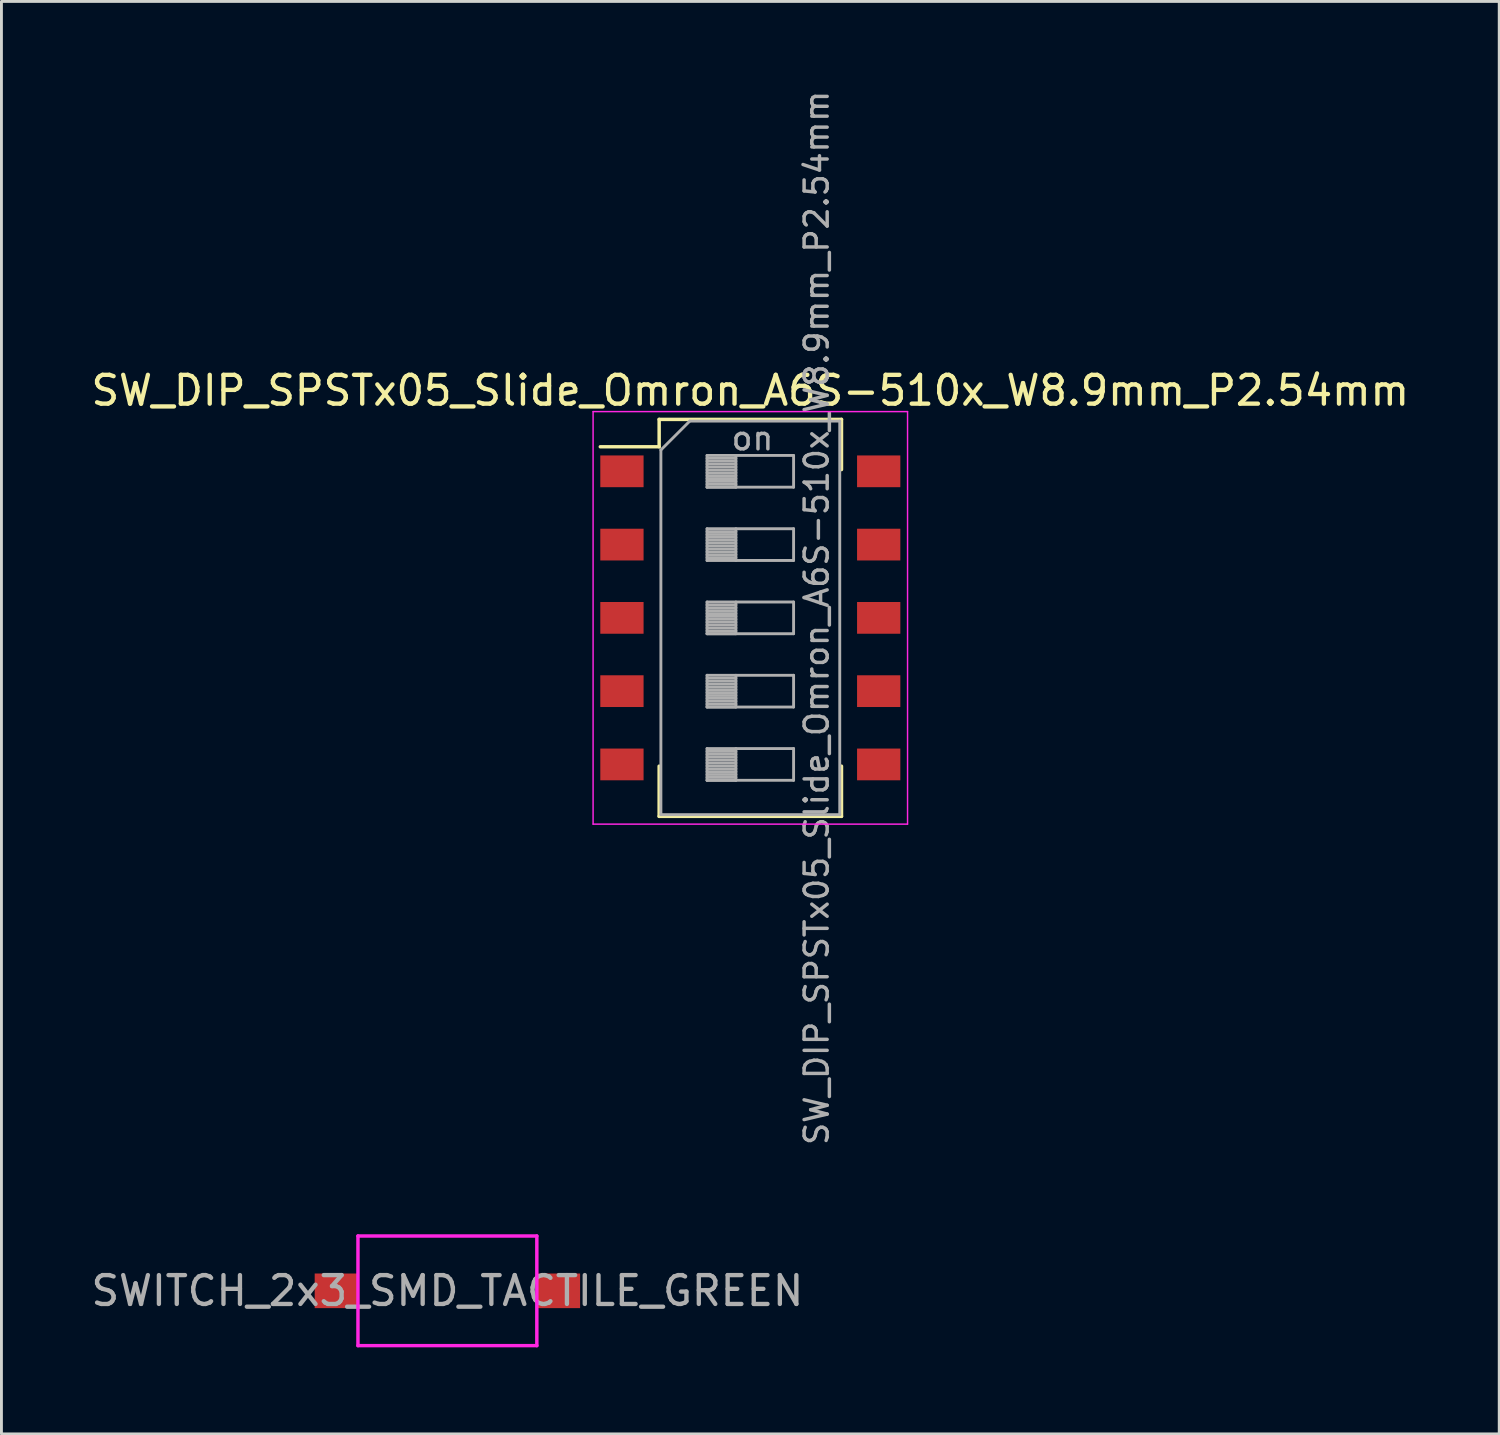
<source format=kicad_pcb>
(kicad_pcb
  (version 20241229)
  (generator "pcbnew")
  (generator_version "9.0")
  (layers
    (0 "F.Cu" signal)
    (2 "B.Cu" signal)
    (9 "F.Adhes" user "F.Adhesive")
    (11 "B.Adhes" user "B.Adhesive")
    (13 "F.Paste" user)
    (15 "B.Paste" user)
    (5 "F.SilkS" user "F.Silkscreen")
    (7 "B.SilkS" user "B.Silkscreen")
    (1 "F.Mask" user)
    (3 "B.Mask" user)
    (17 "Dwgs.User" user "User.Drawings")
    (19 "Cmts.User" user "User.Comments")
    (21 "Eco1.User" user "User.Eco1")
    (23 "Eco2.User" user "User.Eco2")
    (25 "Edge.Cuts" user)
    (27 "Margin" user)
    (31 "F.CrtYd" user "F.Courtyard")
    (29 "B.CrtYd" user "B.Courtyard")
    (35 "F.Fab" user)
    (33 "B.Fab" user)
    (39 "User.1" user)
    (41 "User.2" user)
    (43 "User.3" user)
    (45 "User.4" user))
  (footprint "SWITCH_2x3_SMD_TACTILE_GREEN"
    (layer "F.Cu")
    (at 12.458 41.693)
    (property "Reference" "SWITCH_2x3_SMD_TACTILE_GREEN" (at 0 0 0) (layer "F.Fab") (effects (font (size 1 1) (thickness 0.15))))
    (attr through_hole)
    (fp_line (start -3.1 -1.9) (end 3.1 -1.9) (stroke (width 0.12) (type solid)) (layer "F.CrtYd"))
    (fp_line (start -3.1 1.9) (end -3.1 -1.9) (stroke (width 0.12) (type solid)) (layer "F.CrtYd"))
    (fp_line (start 3.1 -1.9) (end 3.1 1.9) (stroke (width 0.12) (type solid)) (layer "F.CrtYd"))
    (fp_line (start 3.1 1.9) (end -3.1 1.9) (stroke (width 0.12) (type solid)) (layer "F.CrtYd"))
    (pad "1" smd rect (at -3.85 0) (size 1.5 1.2) (layers "F.Cu" "F.Mask" "F.Paste"))
    (pad "2" smd rect (at 3.85 0) (size 1.5 1.2) (layers "F.Cu" "F.Mask" "F.Paste")))
  (footprint "SW_DIP_SPSTx05_Slide_Omron_A6S-510x_W8.9mm_P2.54mm"
    (layer "F.Cu")
    (at 22.958 18.367)
    (property "Reference" "SW_DIP_SPSTx05_Slide_Omron_A6S-510x_W8.9mm_P2.54mm" (at 0 -7.88 0) (layer "F.SilkS") (effects (font (size 1 1) (thickness 0.15))))
    (attr smd)
    (fp_line (start -5.2 -5.931) (end -3.16 -5.931) (stroke (width 0.12) (type solid)) (layer "F.SilkS"))
    (fp_line (start -3.16 -6.88) (end -3.16 -5.931) (stroke (width 0.12) (type solid)) (layer "F.SilkS"))
    (fp_line (start -3.16 -6.88) (end 3.16 -6.88) (stroke (width 0.12) (type solid)) (layer "F.SilkS"))
    (fp_line (start -3.16 5.14) (end -3.16 6.88) (stroke (width 0.12) (type solid)) (layer "F.SilkS"))
    (fp_line (start -3.16 6.88) (end 3.16 6.88) (stroke (width 0.12) (type solid)) (layer "F.SilkS"))
    (fp_line (start 3.16 -6.88) (end 3.16 -5.141) (stroke (width 0.12) (type solid)) (layer "F.SilkS"))
    (fp_line (start 3.16 5.14) (end 3.16 6.88) (stroke (width 0.12) (type solid)) (layer "F.SilkS"))
    (fp_line (start -5.45 -7.15) (end -5.45 7.15) (stroke (width 0.05) (type solid)) (layer "F.CrtYd"))
    (fp_line (start -5.45 7.15) (end 5.45 7.15) (stroke (width 0.05) (type solid)) (layer "F.CrtYd"))
    (fp_line (start 5.45 -7.15) (end -5.45 -7.15) (stroke (width 0.05) (type solid)) (layer "F.CrtYd"))
    (fp_line (start 5.45 7.15) (end 5.45 -7.15) (stroke (width 0.05) (type solid)) (layer "F.CrtYd"))
    (fp_line (start -3.1 -5.82) (end -2.1 -6.82) (stroke (width 0.1) (type solid)) (layer "F.Fab"))
    (fp_line (start -3.1 6.82) (end -3.1 -5.82) (stroke (width 0.1) (type solid)) (layer "F.Fab"))
    (fp_line (start -2.1 -6.82) (end 3.1 -6.82) (stroke (width 0.1) (type solid)) (layer "F.Fab"))
    (fp_line (start -1.5 -5.63) (end -1.5 -4.53) (stroke (width 0.1) (type solid)) (layer "F.Fab"))
    (fp_line (start -1.5 -5.53) (end -0.5 -5.53) (stroke (width 0.1) (type solid)) (layer "F.Fab"))
    (fp_line (start -1.5 -5.43) (end -0.5 -5.43) (stroke (width 0.1) (type solid)) (layer "F.Fab"))
    (fp_line (start -1.5 -5.33) (end -0.5 -5.33) (stroke (width 0.1) (type solid)) (layer "F.Fab"))
    (fp_line (start -1.5 -5.23) (end -0.5 -5.23) (stroke (width 0.1) (type solid)) (layer "F.Fab"))
    (fp_line (start -1.5 -5.13) (end -0.5 -5.13) (stroke (width 0.1) (type solid)) (layer "F.Fab"))
    (fp_line (start -1.5 -5.03) (end -0.5 -5.03) (stroke (width 0.1) (type solid)) (layer "F.Fab"))
    (fp_line (start -1.5 -4.93) (end -0.5 -4.93) (stroke (width 0.1) (type solid)) (layer "F.Fab"))
    (fp_line (start -1.5 -4.83) (end -0.5 -4.83) (stroke (width 0.1) (type solid)) (layer "F.Fab"))
    (fp_line (start -1.5 -4.73) (end -0.5 -4.73) (stroke (width 0.1) (type solid)) (layer "F.Fab"))
    (fp_line (start -1.5 -4.63) (end -0.5 -4.63) (stroke (width 0.1) (type solid)) (layer "F.Fab"))
    (fp_line (start -1.5 -4.53) (end -0.5 -4.53) (stroke (width 0.1) (type solid)) (layer "F.Fab"))
    (fp_line (start -1.5 -4.53) (end 1.5 -4.53) (stroke (width 0.1) (type solid)) (layer "F.Fab"))
    (fp_line (start -1.5 -3.09) (end -1.5 -1.99) (stroke (width 0.1) (type solid)) (layer "F.Fab"))
    (fp_line (start -1.5 -2.99) (end -0.5 -2.99) (stroke (width 0.1) (type solid)) (layer "F.Fab"))
    (fp_line (start -1.5 -2.89) (end -0.5 -2.89) (stroke (width 0.1) (type solid)) (layer "F.Fab"))
    (fp_line (start -1.5 -2.79) (end -0.5 -2.79) (stroke (width 0.1) (type solid)) (layer "F.Fab"))
    (fp_line (start -1.5 -2.69) (end -0.5 -2.69) (stroke (width 0.1) (type solid)) (layer "F.Fab"))
    (fp_line (start -1.5 -2.59) (end -0.5 -2.59) (stroke (width 0.1) (type solid)) (layer "F.Fab"))
    (fp_line (start -1.5 -2.49) (end -0.5 -2.49) (stroke (width 0.1) (type solid)) (layer "F.Fab"))
    (fp_line (start -1.5 -2.39) (end -0.5 -2.39) (stroke (width 0.1) (type solid)) (layer "F.Fab"))
    (fp_line (start -1.5 -2.29) (end -0.5 -2.29) (stroke (width 0.1) (type solid)) (layer "F.Fab"))
    (fp_line (start -1.5 -2.19) (end -0.5 -2.19) (stroke (width 0.1) (type solid)) (layer "F.Fab"))
    (fp_line (start -1.5 -2.09) (end -0.5 -2.09) (stroke (width 0.1) (type solid)) (layer "F.Fab"))
    (fp_line (start -1.5 -1.99) (end 1.5 -1.99) (stroke (width 0.1) (type solid)) (layer "F.Fab"))
    (fp_line (start -1.5 -0.55) (end -1.5 0.55) (stroke (width 0.1) (type solid)) (layer "F.Fab"))
    (fp_line (start -1.5 -0.45) (end -0.5 -0.45) (stroke (width 0.1) (type solid)) (layer "F.Fab"))
    (fp_line (start -1.5 -0.35) (end -0.5 -0.35) (stroke (width 0.1) (type solid)) (layer "F.Fab"))
    (fp_line (start -1.5 -0.25) (end -0.5 -0.25) (stroke (width 0.1) (type solid)) (layer "F.Fab"))
    (fp_line (start -1.5 -0.15) (end -0.5 -0.15) (stroke (width 0.1) (type solid)) (layer "F.Fab"))
    (fp_line (start -1.5 -0.05) (end -0.5 -0.05) (stroke (width 0.1) (type solid)) (layer "F.Fab"))
    (fp_line (start -1.5 0.05) (end -0.5 0.05) (stroke (width 0.1) (type solid)) (layer "F.Fab"))
    (fp_line (start -1.5 0.15) (end -0.5 0.15) (stroke (width 0.1) (type solid)) (layer "F.Fab"))
    (fp_line (start -1.5 0.25) (end -0.5 0.25) (stroke (width 0.1) (type solid)) (layer "F.Fab"))
    (fp_line (start -1.5 0.35) (end -0.5 0.35) (stroke (width 0.1) (type solid)) (layer "F.Fab"))
    (fp_line (start -1.5 0.45) (end -0.5 0.45) (stroke (width 0.1) (type solid)) (layer "F.Fab"))
    (fp_line (start -1.5 0.55) (end -0.5 0.55) (stroke (width 0.1) (type solid)) (layer "F.Fab"))
    (fp_line (start -1.5 0.55) (end 1.5 0.55) (stroke (width 0.1) (type solid)) (layer "F.Fab"))
    (fp_line (start -1.5 1.99) (end -1.5 3.09) (stroke (width 0.1) (type solid)) (layer "F.Fab"))
    (fp_line (start -1.5 2.09) (end -0.5 2.09) (stroke (width 0.1) (type solid)) (layer "F.Fab"))
    (fp_line (start -1.5 2.19) (end -0.5 2.19) (stroke (width 0.1) (type solid)) (layer "F.Fab"))
    (fp_line (start -1.5 2.29) (end -0.5 2.29) (stroke (width 0.1) (type solid)) (layer "F.Fab"))
    (fp_line (start -1.5 2.39) (end -0.5 2.39) (stroke (width 0.1) (type solid)) (layer "F.Fab"))
    (fp_line (start -1.5 2.49) (end -0.5 2.49) (stroke (width 0.1) (type solid)) (layer "F.Fab"))
    (fp_line (start -1.5 2.59) (end -0.5 2.59) (stroke (width 0.1) (type solid)) (layer "F.Fab"))
    (fp_line (start -1.5 2.69) (end -0.5 2.69) (stroke (width 0.1) (type solid)) (layer "F.Fab"))
    (fp_line (start -1.5 2.79) (end -0.5 2.79) (stroke (width 0.1) (type solid)) (layer "F.Fab"))
    (fp_line (start -1.5 2.89) (end -0.5 2.89) (stroke (width 0.1) (type solid)) (layer "F.Fab"))
    (fp_line (start -1.5 2.99) (end -0.5 2.99) (stroke (width 0.1) (type solid)) (layer "F.Fab"))
    (fp_line (start -1.5 3.09) (end -0.5 3.09) (stroke (width 0.1) (type solid)) (layer "F.Fab"))
    (fp_line (start -1.5 3.09) (end 1.5 3.09) (stroke (width 0.1) (type solid)) (layer "F.Fab"))
    (fp_line (start -1.5 4.53) (end -1.5 5.63) (stroke (width 0.1) (type solid)) (layer "F.Fab"))
    (fp_line (start -1.5 4.63) (end -0.5 4.63) (stroke (width 0.1) (type solid)) (layer "F.Fab"))
    (fp_line (start -1.5 4.73) (end -0.5 4.73) (stroke (width 0.1) (type solid)) (layer "F.Fab"))
    (fp_line (start -1.5 4.83) (end -0.5 4.83) (stroke (width 0.1) (type solid)) (layer "F.Fab"))
    (fp_line (start -1.5 4.93) (end -0.5 4.93) (stroke (width 0.1) (type solid)) (layer "F.Fab"))
    (fp_line (start -1.5 5.03) (end -0.5 5.03) (stroke (width 0.1) (type solid)) (layer "F.Fab"))
    (fp_line (start -1.5 5.13) (end -0.5 5.13) (stroke (width 0.1) (type solid)) (layer "F.Fab"))
    (fp_line (start -1.5 5.23) (end -0.5 5.23) (stroke (width 0.1) (type solid)) (layer "F.Fab"))
    (fp_line (start -1.5 5.33) (end -0.5 5.33) (stroke (width 0.1) (type solid)) (layer "F.Fab"))
    (fp_line (start -1.5 5.43) (end -0.5 5.43) (stroke (width 0.1) (type solid)) (layer "F.Fab"))
    (fp_line (start -1.5 5.53) (end -0.5 5.53) (stroke (width 0.1) (type solid)) (layer "F.Fab"))
    (fp_line (start -1.5 5.63) (end -0.5 5.63) (stroke (width 0.1) (type solid)) (layer "F.Fab"))
    (fp_line (start -1.5 5.63) (end 1.5 5.63) (stroke (width 0.1) (type solid)) (layer "F.Fab"))
    (fp_line (start -0.5 -5.63) (end -0.5 -4.53) (stroke (width 0.1) (type solid)) (layer "F.Fab"))
    (fp_line (start -0.5 -3.09) (end -0.5 -1.99) (stroke (width 0.1) (type solid)) (layer "F.Fab"))
    (fp_line (start -0.5 -0.55) (end -0.5 0.55) (stroke (width 0.1) (type solid)) (layer "F.Fab"))
    (fp_line (start -0.5 1.99) (end -0.5 3.09) (stroke (width 0.1) (type solid)) (layer "F.Fab"))
    (fp_line (start -0.5 4.53) (end -0.5 5.63) (stroke (width 0.1) (type solid)) (layer "F.Fab"))
    (fp_line (start 1.5 -5.63) (end -1.5 -5.63) (stroke (width 0.1) (type solid)) (layer "F.Fab"))
    (fp_line (start 1.5 -4.53) (end 1.5 -5.63) (stroke (width 0.1) (type solid)) (layer "F.Fab"))
    (fp_line (start 1.5 -3.09) (end -1.5 -3.09) (stroke (width 0.1) (type solid)) (layer "F.Fab"))
    (fp_line (start 1.5 -1.99) (end 1.5 -3.09) (stroke (width 0.1) (type solid)) (layer "F.Fab"))
    (fp_line (start 1.5 -0.55) (end -1.5 -0.55) (stroke (width 0.1) (type solid)) (layer "F.Fab"))
    (fp_line (start 1.5 0.55) (end 1.5 -0.55) (stroke (width 0.1) (type solid)) (layer "F.Fab"))
    (fp_line (start 1.5 1.99) (end -1.5 1.99) (stroke (width 0.1) (type solid)) (layer "F.Fab"))
    (fp_line (start 1.5 3.09) (end 1.5 1.99) (stroke (width 0.1) (type solid)) (layer "F.Fab"))
    (fp_line (start 1.5 4.53) (end -1.5 4.53) (stroke (width 0.1) (type solid)) (layer "F.Fab"))
    (fp_line (start 1.5 5.63) (end 1.5 4.53) (stroke (width 0.1) (type solid)) (layer "F.Fab"))
    (fp_line (start 3.1 -6.82) (end 3.1 6.82) (stroke (width 0.1) (type solid)) (layer "F.Fab"))
    (fp_line (start 3.1 6.82) (end -3.1 6.82) (stroke (width 0.1) (type solid)) (layer "F.Fab"))
    (fp_text user "on" (at 0.075 -6.225 0) (layer "F.Fab") (effects (font (size 0.8 0.8) (thickness 0.12))))
    (fp_text user "${REFERENCE}" (at 2.3 0 90) (layer "F.Fab") (effects (font (size 0.8 0.8) (thickness 0.12))))
    (pad "1" smd rect (at -4.45 -5.08) (size 1.5 1.1) (layers "F.Cu" "F.Mask" "F.Paste"))
    (pad "2" smd rect (at -4.45 -2.54) (size 1.5 1.1) (layers "F.Cu" "F.Mask" "F.Paste"))
    (pad "3" smd rect (at -4.45 0) (size 1.5 1.1) (layers "F.Cu" "F.Mask" "F.Paste"))
    (pad "4" smd rect (at -4.45 2.54) (size 1.5 1.1) (layers "F.Cu" "F.Mask" "F.Paste"))
    (pad "5" smd rect (at -4.45 5.08) (size 1.5 1.1) (layers "F.Cu" "F.Mask" "F.Paste"))
    (pad "6" smd rect (at 4.45 5.08) (size 1.5 1.1) (layers "F.Cu" "F.Mask" "F.Paste"))
    (pad "7" smd rect (at 4.45 2.54) (size 1.5 1.1) (layers "F.Cu" "F.Mask" "F.Paste"))
    (pad "8" smd rect (at 4.45 0) (size 1.5 1.1) (layers "F.Cu" "F.Mask" "F.Paste"))
    (pad "9" smd rect (at 4.45 -2.54) (size 1.5 1.1) (layers "F.Cu" "F.Mask" "F.Paste"))
    (pad "10" smd rect (at 4.45 -5.08) (size 1.5 1.1) (layers "F.Cu" "F.Mask" "F.Paste")))
  (gr_rect
    (start -3 -3)
    (end 48.917 46.653)
    (stroke (width 0.1) (type default))
    (fill no)
    (layer "Edge.Cuts")))
</source>
